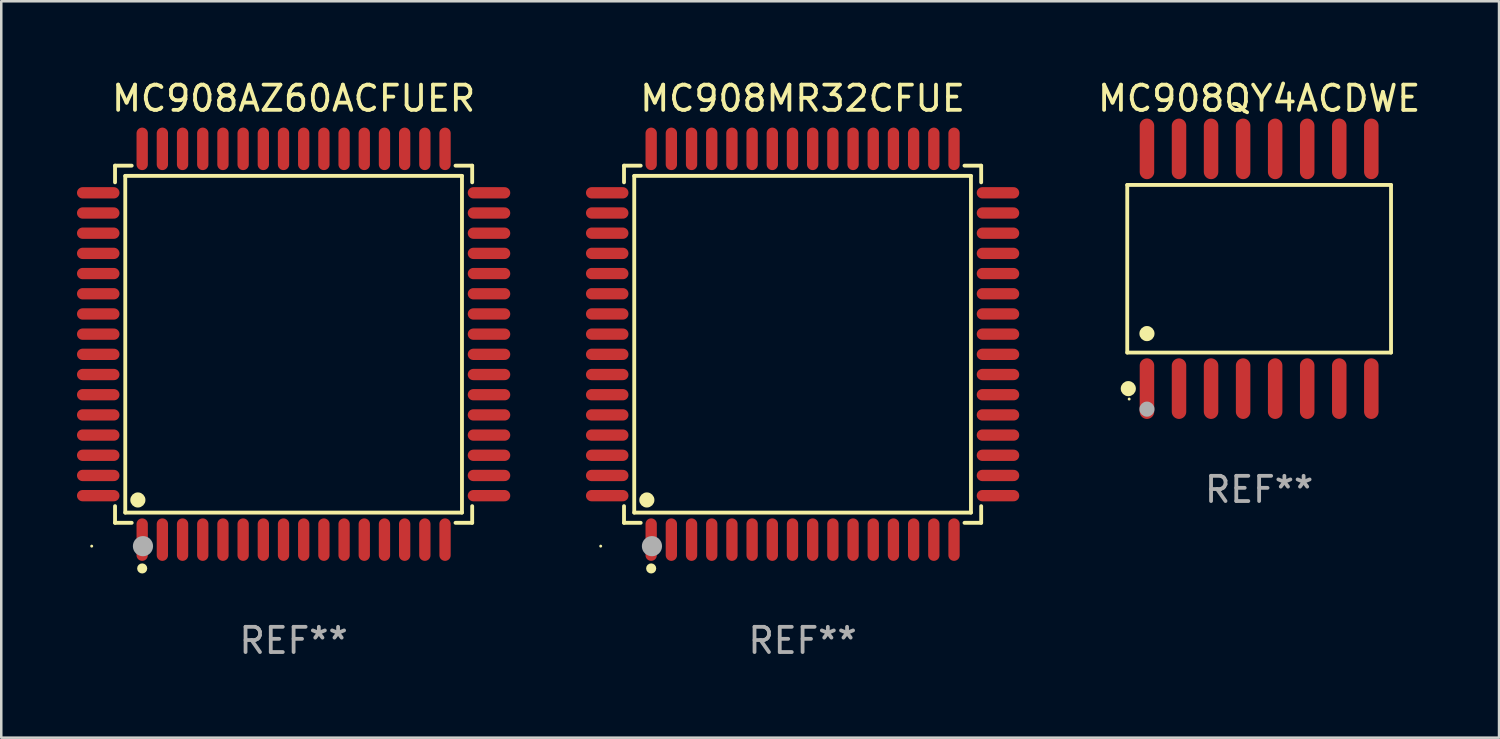
<source format=kicad_pcb>
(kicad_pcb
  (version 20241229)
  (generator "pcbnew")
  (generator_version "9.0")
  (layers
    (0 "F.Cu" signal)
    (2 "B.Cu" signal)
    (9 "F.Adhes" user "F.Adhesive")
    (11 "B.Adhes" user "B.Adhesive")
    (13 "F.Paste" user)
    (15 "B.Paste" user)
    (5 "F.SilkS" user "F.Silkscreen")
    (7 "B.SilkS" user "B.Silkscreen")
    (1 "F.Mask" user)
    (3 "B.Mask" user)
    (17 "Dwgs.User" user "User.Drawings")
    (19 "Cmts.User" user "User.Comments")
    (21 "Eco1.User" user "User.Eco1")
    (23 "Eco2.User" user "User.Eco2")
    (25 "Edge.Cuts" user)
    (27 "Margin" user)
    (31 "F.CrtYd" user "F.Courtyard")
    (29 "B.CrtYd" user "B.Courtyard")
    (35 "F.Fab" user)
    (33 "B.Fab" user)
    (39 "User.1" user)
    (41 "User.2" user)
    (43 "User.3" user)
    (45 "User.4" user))
  (footprint "MC908MR32CFUE"
    (layer "F.Cu")
    (at 28.752 10.59)
    (property "Reference" "MC908MR32CFUE" (at 0 -9.742 0) (layer "F.SilkS") (effects (font (size 1 1) (thickness 0.15))))
    (attr through_hole)
    (fp_line (start -7.076 -7.076) (end -6.415 -7.076) (stroke (width 0.152) (type solid)) (layer "F.SilkS"))
    (fp_line (start -7.076 -6.415) (end -7.076 -7.076) (stroke (width 0.152) (type solid)) (layer "F.SilkS"))
    (fp_line (start -7.076 6.415) (end -7.076 7.076) (stroke (width 0.152) (type solid)) (layer "F.SilkS"))
    (fp_line (start -7.076 7.076) (end -6.415 7.076) (stroke (width 0.152) (type solid)) (layer "F.SilkS"))
    (fp_line (start -6.671 -6.671) (end 6.671 -6.671) (stroke (width 0.152) (type solid)) (layer "F.SilkS"))
    (fp_line (start -6.671 6.671) (end -6.671 -6.671) (stroke (width 0.152) (type solid)) (layer "F.SilkS"))
    (fp_line (start 6.671 -6.671) (end 6.671 6.671) (stroke (width 0.152) (type solid)) (layer "F.SilkS"))
    (fp_line (start 6.671 6.671) (end -6.671 6.671) (stroke (width 0.152) (type solid)) (layer "F.SilkS"))
    (fp_line (start 7.076 -7.076) (end 6.415 -7.076) (stroke (width 0.152) (type solid)) (layer "F.SilkS"))
    (fp_line (start 7.076 -6.415) (end 7.076 -7.076) (stroke (width 0.152) (type solid)) (layer "F.SilkS"))
    (fp_line (start 7.076 6.415) (end 7.076 7.076) (stroke (width 0.152) (type solid)) (layer "F.SilkS"))
    (fp_line (start 7.076 7.076) (end 6.415 7.076) (stroke (width 0.152) (type solid)) (layer "F.SilkS"))
    (fp_circle (center -8 8) (end -7.97 8) (stroke (width 0.06) (type solid)) (fill no) (layer "F.SilkS"))
    (fp_circle (center -6.171 6.171) (end -6.021 6.171) (stroke (width 0.3) (type solid)) (fill no) (layer "F.SilkS"))
    (fp_circle (center -6 8.884) (end -5.9 8.884) (stroke (width 0.2) (type solid)) (fill no) (layer "F.SilkS"))
    (fp_circle (center -5.969 8.001) (end -5.769 8.001) (stroke (width 0.4) (type solid)) (fill no) (layer "F.Fab"))
    (fp_text user "REF**" (at 0 11.742 0) (layer "F.Fab") (effects (font (size 1 1) (thickness 0.15))))
    (pad "1" smd oval (at -6 7.742) (size 0.448 1.684) (layers "F.Cu" "F.Mask" "F.Paste"))
    (pad "2" smd oval (at -5.2 7.742) (size 0.448 1.684) (layers "F.Cu" "F.Mask" "F.Paste"))
    (pad "3" smd oval (at -4.4 7.742) (size 0.448 1.684) (layers "F.Cu" "F.Mask" "F.Paste"))
    (pad "4" smd oval (at -3.6 7.742) (size 0.448 1.684) (layers "F.Cu" "F.Mask" "F.Paste"))
    (pad "5" smd oval (at -2.8 7.742) (size 0.448 1.684) (layers "F.Cu" "F.Mask" "F.Paste"))
    (pad "6" smd oval (at -2 7.742) (size 0.448 1.684) (layers "F.Cu" "F.Mask" "F.Paste"))
    (pad "7" smd oval (at -1.2 7.742) (size 0.448 1.684) (layers "F.Cu" "F.Mask" "F.Paste"))
    (pad "8" smd oval (at -0.4 7.742) (size 0.448 1.684) (layers "F.Cu" "F.Mask" "F.Paste"))
    (pad "9" smd oval (at 0.4 7.742) (size 0.448 1.684) (layers "F.Cu" "F.Mask" "F.Paste"))
    (pad "10" smd oval (at 1.2 7.742) (size 0.448 1.684) (layers "F.Cu" "F.Mask" "F.Paste"))
    (pad "11" smd oval (at 2 7.742) (size 0.448 1.684) (layers "F.Cu" "F.Mask" "F.Paste"))
    (pad "12" smd oval (at 2.8 7.742) (size 0.448 1.684) (layers "F.Cu" "F.Mask" "F.Paste"))
    (pad "13" smd oval (at 3.6 7.742) (size 0.448 1.684) (layers "F.Cu" "F.Mask" "F.Paste"))
    (pad "14" smd oval (at 4.4 7.742) (size 0.448 1.684) (layers "F.Cu" "F.Mask" "F.Paste"))
    (pad "15" smd oval (at 5.2 7.742) (size 0.448 1.684) (layers "F.Cu" "F.Mask" "F.Paste"))
    (pad "16" smd oval (at 6 7.742) (size 0.448 1.684) (layers "F.Cu" "F.Mask" "F.Paste"))
    (pad "17" smd oval (at 7.742 6) (size 1.684 0.448) (layers "F.Cu" "F.Mask" "F.Paste"))
    (pad "18" smd oval (at 7.742 5.2) (size 1.684 0.448) (layers "F.Cu" "F.Mask" "F.Paste"))
    (pad "19" smd oval (at 7.742 4.4) (size 1.684 0.448) (layers "F.Cu" "F.Mask" "F.Paste"))
    (pad "20" smd oval (at 7.742 3.6) (size 1.684 0.448) (layers "F.Cu" "F.Mask" "F.Paste"))
    (pad "21" smd oval (at 7.742 2.8) (size 1.684 0.448) (layers "F.Cu" "F.Mask" "F.Paste"))
    (pad "22" smd oval (at 7.742 2) (size 1.684 0.448) (layers "F.Cu" "F.Mask" "F.Paste"))
    (pad "23" smd oval (at 7.742 1.2) (size 1.684 0.448) (layers "F.Cu" "F.Mask" "F.Paste"))
    (pad "24" smd oval (at 7.742 0.4) (size 1.684 0.448) (layers "F.Cu" "F.Mask" "F.Paste"))
    (pad "25" smd oval (at 7.742 -0.4) (size 1.684 0.448) (layers "F.Cu" "F.Mask" "F.Paste"))
    (pad "26" smd oval (at 7.742 -1.2) (size 1.684 0.448) (layers "F.Cu" "F.Mask" "F.Paste"))
    (pad "27" smd oval (at 7.742 -2) (size 1.684 0.448) (layers "F.Cu" "F.Mask" "F.Paste"))
    (pad "28" smd oval (at 7.742 -2.8) (size 1.684 0.448) (layers "F.Cu" "F.Mask" "F.Paste"))
    (pad "29" smd oval (at 7.742 -3.6) (size 1.684 0.448) (layers "F.Cu" "F.Mask" "F.Paste"))
    (pad "30" smd oval (at 7.742 -4.4) (size 1.684 0.448) (layers "F.Cu" "F.Mask" "F.Paste"))
    (pad "31" smd oval (at 7.742 -5.2) (size 1.684 0.448) (layers "F.Cu" "F.Mask" "F.Paste"))
    (pad "32" smd oval (at 7.742 -6) (size 1.684 0.448) (layers "F.Cu" "F.Mask" "F.Paste"))
    (pad "33" smd oval (at 6 -7.742) (size 0.448 1.684) (layers "F.Cu" "F.Mask" "F.Paste"))
    (pad "34" smd oval (at 5.2 -7.742) (size 0.448 1.684) (layers "F.Cu" "F.Mask" "F.Paste"))
    (pad "35" smd oval (at 4.4 -7.742) (size 0.448 1.684) (layers "F.Cu" "F.Mask" "F.Paste"))
    (pad "36" smd oval (at 3.6 -7.742) (size 0.448 1.684) (layers "F.Cu" "F.Mask" "F.Paste"))
    (pad "37" smd oval (at 2.8 -7.742) (size 0.448 1.684) (layers "F.Cu" "F.Mask" "F.Paste"))
    (pad "38" smd oval (at 2 -7.742) (size 0.448 1.684) (layers "F.Cu" "F.Mask" "F.Paste"))
    (pad "39" smd oval (at 1.2 -7.742) (size 0.448 1.684) (layers "F.Cu" "F.Mask" "F.Paste"))
    (pad "40" smd oval (at 0.4 -7.742) (size 0.448 1.684) (layers "F.Cu" "F.Mask" "F.Paste"))
    (pad "41" smd oval (at -0.4 -7.742) (size 0.448 1.684) (layers "F.Cu" "F.Mask" "F.Paste"))
    (pad "42" smd oval (at -1.2 -7.742) (size 0.448 1.684) (layers "F.Cu" "F.Mask" "F.Paste"))
    (pad "43" smd oval (at -2 -7.742) (size 0.448 1.684) (layers "F.Cu" "F.Mask" "F.Paste"))
    (pad "44" smd oval (at -2.8 -7.742) (size 0.448 1.684) (layers "F.Cu" "F.Mask" "F.Paste"))
    (pad "45" smd oval (at -3.6 -7.742) (size 0.448 1.684) (layers "F.Cu" "F.Mask" "F.Paste"))
    (pad "46" smd oval (at -4.4 -7.742) (size 0.448 1.684) (layers "F.Cu" "F.Mask" "F.Paste"))
    (pad "47" smd oval (at -5.2 -7.742) (size 0.448 1.684) (layers "F.Cu" "F.Mask" "F.Paste"))
    (pad "48" smd oval (at -6 -7.742) (size 0.448 1.684) (layers "F.Cu" "F.Mask" "F.Paste"))
    (pad "49" smd oval (at -7.742 -6) (size 1.684 0.448) (layers "F.Cu" "F.Mask" "F.Paste"))
    (pad "50" smd oval (at -7.742 -5.2) (size 1.684 0.448) (layers "F.Cu" "F.Mask" "F.Paste"))
    (pad "51" smd oval (at -7.742 -4.4) (size 1.684 0.448) (layers "F.Cu" "F.Mask" "F.Paste"))
    (pad "52" smd oval (at -7.742 -3.6) (size 1.684 0.448) (layers "F.Cu" "F.Mask" "F.Paste"))
    (pad "53" smd oval (at -7.742 -2.8) (size 1.684 0.448) (layers "F.Cu" "F.Mask" "F.Paste"))
    (pad "54" smd oval (at -7.742 -2) (size 1.684 0.448) (layers "F.Cu" "F.Mask" "F.Paste"))
    (pad "55" smd oval (at -7.742 -1.2) (size 1.684 0.448) (layers "F.Cu" "F.Mask" "F.Paste"))
    (pad "56" smd oval (at -7.742 -0.4) (size 1.684 0.448) (layers "F.Cu" "F.Mask" "F.Paste"))
    (pad "57" smd oval (at -7.742 0.4) (size 1.684 0.448) (layers "F.Cu" "F.Mask" "F.Paste"))
    (pad "58" smd oval (at -7.742 1.2) (size 1.684 0.448) (layers "F.Cu" "F.Mask" "F.Paste"))
    (pad "59" smd oval (at -7.742 2) (size 1.684 0.448) (layers "F.Cu" "F.Mask" "F.Paste"))
    (pad "60" smd oval (at -7.742 2.8) (size 1.684 0.448) (layers "F.Cu" "F.Mask" "F.Paste"))
    (pad "61" smd oval (at -7.742 3.6) (size 1.684 0.448) (layers "F.Cu" "F.Mask" "F.Paste"))
    (pad "62" smd oval (at -7.742 4.4) (size 1.684 0.448) (layers "F.Cu" "F.Mask" "F.Paste"))
    (pad "63" smd oval (at -7.742 5.2) (size 1.684 0.448) (layers "F.Cu" "F.Mask" "F.Paste"))
    (pad "64" smd oval (at -7.742 6) (size 1.684 0.448) (layers "F.Cu" "F.Mask" "F.Paste")))
  (footprint "MC908QY4ACDWE"
    (layer "F.Cu")
    (at 46.842 7.599)
    (property "Reference" "MC908QY4ACDWE" (at 0 -6.75 0) (layer "F.SilkS") (effects (font (size 1 1) (thickness 0.15))))
    (attr through_hole)
    (fp_line (start -5.226 -3.321) (end 5.226 -3.321) (stroke (width 0.152) (type solid)) (layer "F.SilkS"))
    (fp_line (start -5.226 3.321) (end -5.226 -3.321) (stroke (width 0.152) (type solid)) (layer "F.SilkS"))
    (fp_line (start 5.226 -3.321) (end 5.226 3.321) (stroke (width 0.152) (type solid)) (layer "F.SilkS"))
    (fp_line (start 5.226 3.321) (end -5.226 3.321) (stroke (width 0.152) (type solid)) (layer "F.SilkS"))
    (fp_circle (center -5.184 4.75) (end -5.034 4.75) (stroke (width 0.3) (type solid)) (fill no) (layer "F.SilkS"))
    (fp_circle (center -5.15 5.163) (end -5.12 5.163) (stroke (width 0.06) (type solid)) (fill no) (layer "F.SilkS"))
    (fp_circle (center -4.445 2.569) (end -4.295 2.569) (stroke (width 0.3) (type solid)) (fill no) (layer "F.SilkS"))
    (fp_circle (center -4.445 5.563) (end -4.295 5.563) (stroke (width 0.3) (type solid)) (fill no) (layer "F.Fab"))
    (fp_text user "REF**" (at 0 8.75 0) (layer "F.Fab") (effects (font (size 1 1) (thickness 0.15))))
    (pad "1" smd oval (at -4.445 4.75) (size 0.574 2.401) (layers "F.Cu" "F.Mask" "F.Paste"))
    (pad "2" smd oval (at -3.175 4.75) (size 0.574 2.401) (layers "F.Cu" "F.Mask" "F.Paste"))
    (pad "3" smd oval (at -1.905 4.75) (size 0.574 2.401) (layers "F.Cu" "F.Mask" "F.Paste"))
    (pad "4" smd oval (at -0.635 4.75) (size 0.574 2.401) (layers "F.Cu" "F.Mask" "F.Paste"))
    (pad "5" smd oval (at 0.635 4.75) (size 0.574 2.401) (layers "F.Cu" "F.Mask" "F.Paste"))
    (pad "6" smd oval (at 1.905 4.75) (size 0.574 2.401) (layers "F.Cu" "F.Mask" "F.Paste"))
    (pad "7" smd oval (at 3.175 4.75) (size 0.574 2.401) (layers "F.Cu" "F.Mask" "F.Paste"))
    (pad "8" smd oval (at 4.445 4.75) (size 0.574 2.401) (layers "F.Cu" "F.Mask" "F.Paste"))
    (pad "9" smd oval (at 4.445 -4.75) (size 0.574 2.401) (layers "F.Cu" "F.Mask" "F.Paste"))
    (pad "10" smd oval (at 3.175 -4.75) (size 0.574 2.401) (layers "F.Cu" "F.Mask" "F.Paste"))
    (pad "11" smd oval (at 1.905 -4.75) (size 0.574 2.401) (layers "F.Cu" "F.Mask" "F.Paste"))
    (pad "12" smd oval (at 0.635 -4.75) (size 0.574 2.401) (layers "F.Cu" "F.Mask" "F.Paste"))
    (pad "13" smd oval (at -0.635 -4.75) (size 0.574 2.401) (layers "F.Cu" "F.Mask" "F.Paste"))
    (pad "14" smd oval (at -1.905 -4.75) (size 0.574 2.401) (layers "F.Cu" "F.Mask" "F.Paste"))
    (pad "15" smd oval (at -3.175 -4.75) (size 0.574 2.401) (layers "F.Cu" "F.Mask" "F.Paste"))
    (pad "16" smd oval (at -4.445 -4.75) (size 0.574 2.401) (layers "F.Cu" "F.Mask" "F.Paste")))
  (footprint "MC908AZ60ACFUER"
    (layer "F.Cu")
    (at 8.584 10.59)
    (property "Reference" "MC908AZ60ACFUER" (at 0 -9.742 0) (layer "F.SilkS") (effects (font (size 1 1) (thickness 0.15))))
    (attr through_hole)
    (fp_line (start -7.076 -7.076) (end -6.415 -7.076) (stroke (width 0.152) (type solid)) (layer "F.SilkS"))
    (fp_line (start -7.076 -6.415) (end -7.076 -7.076) (stroke (width 0.152) (type solid)) (layer "F.SilkS"))
    (fp_line (start -7.076 6.415) (end -7.076 7.076) (stroke (width 0.152) (type solid)) (layer "F.SilkS"))
    (fp_line (start -7.076 7.076) (end -6.415 7.076) (stroke (width 0.152) (type solid)) (layer "F.SilkS"))
    (fp_line (start -6.671 -6.671) (end 6.671 -6.671) (stroke (width 0.152) (type solid)) (layer "F.SilkS"))
    (fp_line (start -6.671 6.671) (end -6.671 -6.671) (stroke (width 0.152) (type solid)) (layer "F.SilkS"))
    (fp_line (start 6.671 -6.671) (end 6.671 6.671) (stroke (width 0.152) (type solid)) (layer "F.SilkS"))
    (fp_line (start 6.671 6.671) (end -6.671 6.671) (stroke (width 0.152) (type solid)) (layer "F.SilkS"))
    (fp_line (start 7.076 -7.076) (end 6.415 -7.076) (stroke (width 0.152) (type solid)) (layer "F.SilkS"))
    (fp_line (start 7.076 -6.415) (end 7.076 -7.076) (stroke (width 0.152) (type solid)) (layer "F.SilkS"))
    (fp_line (start 7.076 6.415) (end 7.076 7.076) (stroke (width 0.152) (type solid)) (layer "F.SilkS"))
    (fp_line (start 7.076 7.076) (end 6.415 7.076) (stroke (width 0.152) (type solid)) (layer "F.SilkS"))
    (fp_circle (center -8 8) (end -7.97 8) (stroke (width 0.06) (type solid)) (fill no) (layer "F.SilkS"))
    (fp_circle (center -6.171 6.171) (end -6.021 6.171) (stroke (width 0.3) (type solid)) (fill no) (layer "F.SilkS"))
    (fp_circle (center -6 8.884) (end -5.9 8.884) (stroke (width 0.2) (type solid)) (fill no) (layer "F.SilkS"))
    (fp_circle (center -5.969 8.001) (end -5.769 8.001) (stroke (width 0.4) (type solid)) (fill no) (layer "F.Fab"))
    (fp_text user "REF**" (at 0 11.742 0) (layer "F.Fab") (effects (font (size 1 1) (thickness 0.15))))
    (pad "1" smd oval (at -6 7.742) (size 0.448 1.684) (layers "F.Cu" "F.Mask" "F.Paste"))
    (pad "2" smd oval (at -5.2 7.742) (size 0.448 1.684) (layers "F.Cu" "F.Mask" "F.Paste"))
    (pad "3" smd oval (at -4.4 7.742) (size 0.448 1.684) (layers "F.Cu" "F.Mask" "F.Paste"))
    (pad "4" smd oval (at -3.6 7.742) (size 0.448 1.684) (layers "F.Cu" "F.Mask" "F.Paste"))
    (pad "5" smd oval (at -2.8 7.742) (size 0.448 1.684) (layers "F.Cu" "F.Mask" "F.Paste"))
    (pad "6" smd oval (at -2 7.742) (size 0.448 1.684) (layers "F.Cu" "F.Mask" "F.Paste"))
    (pad "7" smd oval (at -1.2 7.742) (size 0.448 1.684) (layers "F.Cu" "F.Mask" "F.Paste"))
    (pad "8" smd oval (at -0.4 7.742) (size 0.448 1.684) (layers "F.Cu" "F.Mask" "F.Paste"))
    (pad "9" smd oval (at 0.4 7.742) (size 0.448 1.684) (layers "F.Cu" "F.Mask" "F.Paste"))
    (pad "10" smd oval (at 1.2 7.742) (size 0.448 1.684) (layers "F.Cu" "F.Mask" "F.Paste"))
    (pad "11" smd oval (at 2 7.742) (size 0.448 1.684) (layers "F.Cu" "F.Mask" "F.Paste"))
    (pad "12" smd oval (at 2.8 7.742) (size 0.448 1.684) (layers "F.Cu" "F.Mask" "F.Paste"))
    (pad "13" smd oval (at 3.6 7.742) (size 0.448 1.684) (layers "F.Cu" "F.Mask" "F.Paste"))
    (pad "14" smd oval (at 4.4 7.742) (size 0.448 1.684) (layers "F.Cu" "F.Mask" "F.Paste"))
    (pad "15" smd oval (at 5.2 7.742) (size 0.448 1.684) (layers "F.Cu" "F.Mask" "F.Paste"))
    (pad "16" smd oval (at 6 7.742) (size 0.448 1.684) (layers "F.Cu" "F.Mask" "F.Paste"))
    (pad "17" smd oval (at 7.742 6) (size 1.684 0.448) (layers "F.Cu" "F.Mask" "F.Paste"))
    (pad "18" smd oval (at 7.742 5.2) (size 1.684 0.448) (layers "F.Cu" "F.Mask" "F.Paste"))
    (pad "19" smd oval (at 7.742 4.4) (size 1.684 0.448) (layers "F.Cu" "F.Mask" "F.Paste"))
    (pad "20" smd oval (at 7.742 3.6) (size 1.684 0.448) (layers "F.Cu" "F.Mask" "F.Paste"))
    (pad "21" smd oval (at 7.742 2.8) (size 1.684 0.448) (layers "F.Cu" "F.Mask" "F.Paste"))
    (pad "22" smd oval (at 7.742 2) (size 1.684 0.448) (layers "F.Cu" "F.Mask" "F.Paste"))
    (pad "23" smd oval (at 7.742 1.2) (size 1.684 0.448) (layers "F.Cu" "F.Mask" "F.Paste"))
    (pad "24" smd oval (at 7.742 0.4) (size 1.684 0.448) (layers "F.Cu" "F.Mask" "F.Paste"))
    (pad "25" smd oval (at 7.742 -0.4) (size 1.684 0.448) (layers "F.Cu" "F.Mask" "F.Paste"))
    (pad "26" smd oval (at 7.742 -1.2) (size 1.684 0.448) (layers "F.Cu" "F.Mask" "F.Paste"))
    (pad "27" smd oval (at 7.742 -2) (size 1.684 0.448) (layers "F.Cu" "F.Mask" "F.Paste"))
    (pad "28" smd oval (at 7.742 -2.8) (size 1.684 0.448) (layers "F.Cu" "F.Mask" "F.Paste"))
    (pad "29" smd oval (at 7.742 -3.6) (size 1.684 0.448) (layers "F.Cu" "F.Mask" "F.Paste"))
    (pad "30" smd oval (at 7.742 -4.4) (size 1.684 0.448) (layers "F.Cu" "F.Mask" "F.Paste"))
    (pad "31" smd oval (at 7.742 -5.2) (size 1.684 0.448) (layers "F.Cu" "F.Mask" "F.Paste"))
    (pad "32" smd oval (at 7.742 -6) (size 1.684 0.448) (layers "F.Cu" "F.Mask" "F.Paste"))
    (pad "33" smd oval (at 6 -7.742) (size 0.448 1.684) (layers "F.Cu" "F.Mask" "F.Paste"))
    (pad "34" smd oval (at 5.2 -7.742) (size 0.448 1.684) (layers "F.Cu" "F.Mask" "F.Paste"))
    (pad "35" smd oval (at 4.4 -7.742) (size 0.448 1.684) (layers "F.Cu" "F.Mask" "F.Paste"))
    (pad "36" smd oval (at 3.6 -7.742) (size 0.448 1.684) (layers "F.Cu" "F.Mask" "F.Paste"))
    (pad "37" smd oval (at 2.8 -7.742) (size 0.448 1.684) (layers "F.Cu" "F.Mask" "F.Paste"))
    (pad "38" smd oval (at 2 -7.742) (size 0.448 1.684) (layers "F.Cu" "F.Mask" "F.Paste"))
    (pad "39" smd oval (at 1.2 -7.742) (size 0.448 1.684) (layers "F.Cu" "F.Mask" "F.Paste"))
    (pad "40" smd oval (at 0.4 -7.742) (size 0.448 1.684) (layers "F.Cu" "F.Mask" "F.Paste"))
    (pad "41" smd oval (at -0.4 -7.742) (size 0.448 1.684) (layers "F.Cu" "F.Mask" "F.Paste"))
    (pad "42" smd oval (at -1.2 -7.742) (size 0.448 1.684) (layers "F.Cu" "F.Mask" "F.Paste"))
    (pad "43" smd oval (at -2 -7.742) (size 0.448 1.684) (layers "F.Cu" "F.Mask" "F.Paste"))
    (pad "44" smd oval (at -2.8 -7.742) (size 0.448 1.684) (layers "F.Cu" "F.Mask" "F.Paste"))
    (pad "45" smd oval (at -3.6 -7.742) (size 0.448 1.684) (layers "F.Cu" "F.Mask" "F.Paste"))
    (pad "46" smd oval (at -4.4 -7.742) (size 0.448 1.684) (layers "F.Cu" "F.Mask" "F.Paste"))
    (pad "47" smd oval (at -5.2 -7.742) (size 0.448 1.684) (layers "F.Cu" "F.Mask" "F.Paste"))
    (pad "48" smd oval (at -6 -7.742) (size 0.448 1.684) (layers "F.Cu" "F.Mask" "F.Paste"))
    (pad "49" smd oval (at -7.742 -6) (size 1.684 0.448) (layers "F.Cu" "F.Mask" "F.Paste"))
    (pad "50" smd oval (at -7.742 -5.2) (size 1.684 0.448) (layers "F.Cu" "F.Mask" "F.Paste"))
    (pad "51" smd oval (at -7.742 -4.4) (size 1.684 0.448) (layers "F.Cu" "F.Mask" "F.Paste"))
    (pad "52" smd oval (at -7.742 -3.6) (size 1.684 0.448) (layers "F.Cu" "F.Mask" "F.Paste"))
    (pad "53" smd oval (at -7.742 -2.8) (size 1.684 0.448) (layers "F.Cu" "F.Mask" "F.Paste"))
    (pad "54" smd oval (at -7.742 -2) (size 1.684 0.448) (layers "F.Cu" "F.Mask" "F.Paste"))
    (pad "55" smd oval (at -7.742 -1.2) (size 1.684 0.448) (layers "F.Cu" "F.Mask" "F.Paste"))
    (pad "56" smd oval (at -7.742 -0.4) (size 1.684 0.448) (layers "F.Cu" "F.Mask" "F.Paste"))
    (pad "57" smd oval (at -7.742 0.4) (size 1.684 0.448) (layers "F.Cu" "F.Mask" "F.Paste"))
    (pad "58" smd oval (at -7.742 1.2) (size 1.684 0.448) (layers "F.Cu" "F.Mask" "F.Paste"))
    (pad "59" smd oval (at -7.742 2) (size 1.684 0.448) (layers "F.Cu" "F.Mask" "F.Paste"))
    (pad "60" smd oval (at -7.742 2.8) (size 1.684 0.448) (layers "F.Cu" "F.Mask" "F.Paste"))
    (pad "61" smd oval (at -7.742 3.6) (size 1.684 0.448) (layers "F.Cu" "F.Mask" "F.Paste"))
    (pad "62" smd oval (at -7.742 4.4) (size 1.684 0.448) (layers "F.Cu" "F.Mask" "F.Paste"))
    (pad "63" smd oval (at -7.742 5.2) (size 1.684 0.448) (layers "F.Cu" "F.Mask" "F.Paste"))
    (pad "64" smd oval (at -7.742 6) (size 1.684 0.448) (layers "F.Cu" "F.Mask" "F.Paste")))
  (gr_rect
    (start -3 -3)
    (end 56.348 26.18)
    (stroke (width 0.1) (type default))
    (fill no)
    (layer "Edge.Cuts")))
</source>
